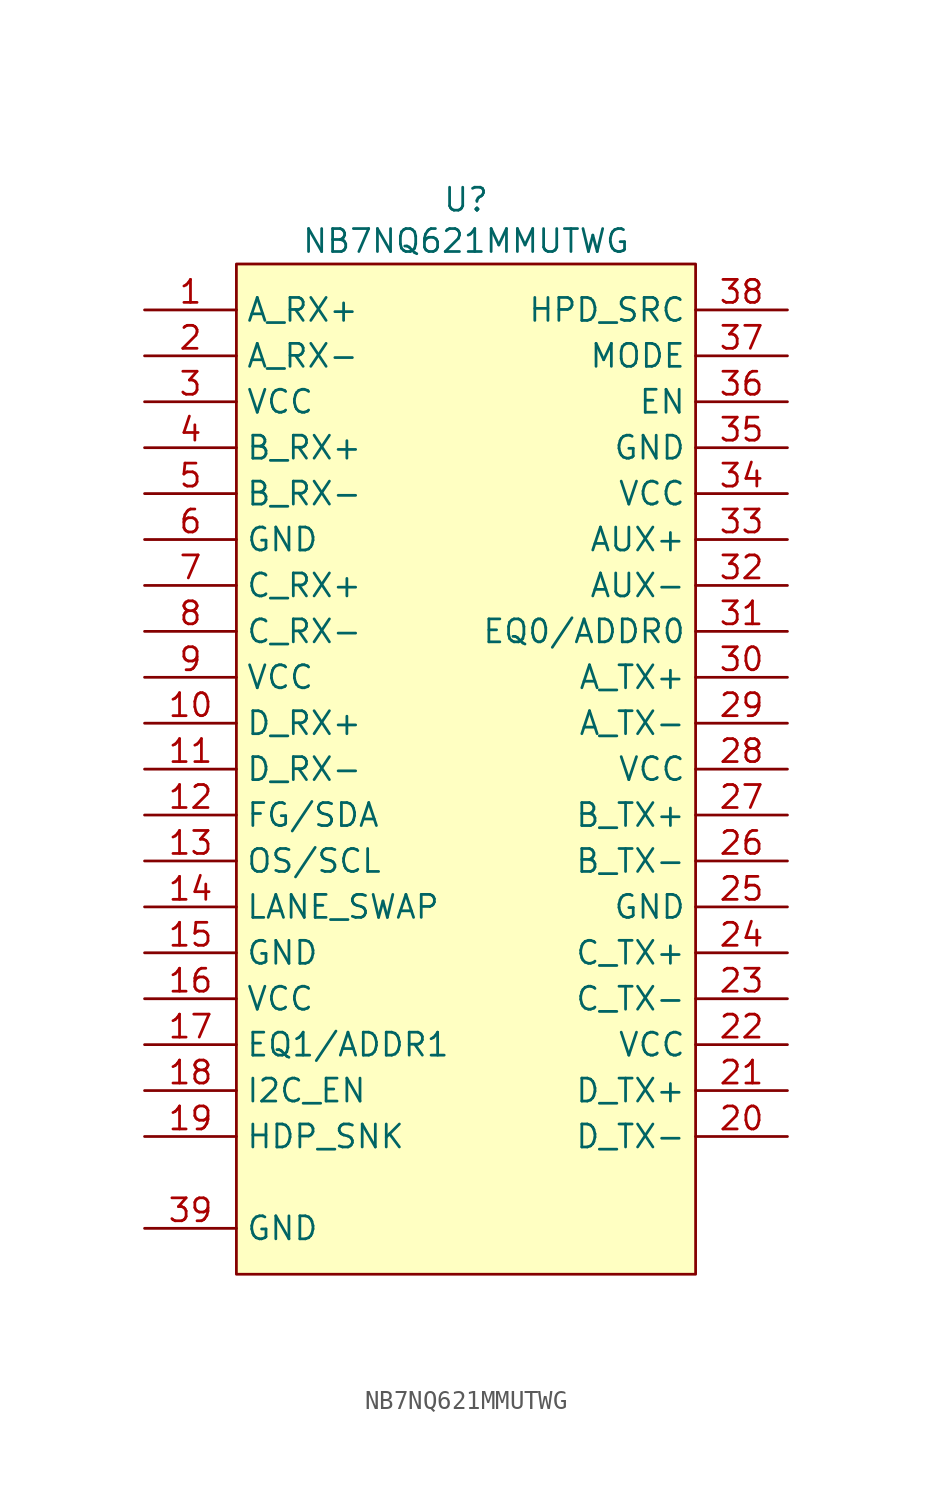
<source format=kicad_sym>
(kicad_symbol_lib
  (version 20231120)
  (generator "kicad_symbol_editor")
  (generator_version "8.0")
  (symbol "NB7NQ621MMUTWG"
    (property "Reference" "U"
      (at 0 31.496 0)
      (effects (font (size 1.27 1.27))))
    (property "Value" "NB7NQ621MMUTWG"
      (at 0 29.21 0)
      (effects (font (size 1.27 1.27))))
    (symbol "NB7NQ621MMUTWG_0_0"
      (pin input line (at -17.78 25.4 0) (length 5.08) (name "A_RX+" (effects (font (size 1.27 1.27)))) (number "1" (effects (font (size 1.27 1.27)))))
      (pin input line (at -17.78 2.54 0) (length 5.08) (name "D_RX+" (effects (font (size 1.27 1.27)))) (number "10" (effects (font (size 1.27 1.27)))))
      (pin input line (at -17.78 0 0) (length 5.08) (name "D_RX-" (effects (font (size 1.27 1.27)))) (number "11" (effects (font (size 1.27 1.27)))))
      (pin input line (at -17.78 -2.54 0) (length 5.08) (name "FG/SDA" (effects (font (size 1.27 1.27)))) (number "12" (effects (font (size 1.27 1.27)))))
      (pin input line (at -17.78 -5.08 0) (length 5.08) (name "OS/SCL" (effects (font (size 1.27 1.27)))) (number "13" (effects (font (size 1.27 1.27)))))
      (pin input line (at -17.78 -7.62 0) (length 5.08) (name "LANE_SWAP" (effects (font (size 1.27 1.27)))) (number "14" (effects (font (size 1.27 1.27)))))
      (pin power_in line (at -17.78 -10.16 0) (length 5.08) (name "GND" (effects (font (size 1.27 1.27)))) (number "15" (effects (font (size 1.27 1.27)))))
      (pin power_in line (at -17.78 -12.7 0) (length 5.08) (name "VCC" (effects (font (size 1.27 1.27)))) (number "16" (effects (font (size 1.27 1.27)))))
      (pin input line (at -17.78 -15.24 0) (length 5.08) (name "EQ1/ADDR1" (effects (font (size 1.27 1.27)))) (number "17" (effects (font (size 1.27 1.27)))))
      (pin input line (at -17.78 -17.78 0) (length 5.08) (name "I2C_EN" (effects (font (size 1.27 1.27)))) (number "18" (effects (font (size 1.27 1.27)))))
      (pin input line (at -17.78 -20.32 0) (length 5.08) (name "HDP_SNK" (effects (font (size 1.27 1.27)))) (number "19" (effects (font (size 1.27 1.27)))))
      (pin input line (at -17.78 22.86 0) (length 5.08) (name "A_RX-" (effects (font (size 1.27 1.27)))) (number "2" (effects (font (size 1.27 1.27)))))
      (pin output line (at 17.78 -20.32 180) (length 5.08) (name "D_TX-" (effects (font (size 1.27 1.27)))) (number "20" (effects (font (size 1.27 1.27)))))
      (pin output line (at 17.78 -17.78 180) (length 5.08) (name "D_TX+" (effects (font (size 1.27 1.27)))) (number "21" (effects (font (size 1.27 1.27)))))
      (pin power_in line (at 17.78 -15.24 180) (length 5.08) (name "VCC" (effects (font (size 1.27 1.27)))) (number "22" (effects (font (size 1.27 1.27)))))
      (pin output line (at 17.78 -12.7 180) (length 5.08) (name "C_TX-" (effects (font (size 1.27 1.27)))) (number "23" (effects (font (size 1.27 1.27)))))
      (pin output line (at 17.78 -10.16 180) (length 5.08) (name "C_TX+" (effects (font (size 1.27 1.27)))) (number "24" (effects (font (size 1.27 1.27)))))
      (pin power_in line (at 17.78 -7.62 180) (length 5.08) (name "GND" (effects (font (size 1.27 1.27)))) (number "25" (effects (font (size 1.27 1.27)))))
      (pin output line (at 17.78 -5.08 180) (length 5.08) (name "B_TX-" (effects (font (size 1.27 1.27)))) (number "26" (effects (font (size 1.27 1.27)))))
      (pin output line (at 17.78 -2.54 180) (length 5.08) (name "B_TX+" (effects (font (size 1.27 1.27)))) (number "27" (effects (font (size 1.27 1.27)))))
      (pin input line (at 17.78 0 180) (length 5.08) (name "VCC" (effects (font (size 1.27 1.27)))) (number "28" (effects (font (size 1.27 1.27)))))
      (pin output line (at 17.78 2.54 180) (length 5.08) (name "A_TX-" (effects (font (size 1.27 1.27)))) (number "29" (effects (font (size 1.27 1.27)))))
      (pin power_in line (at -17.78 20.32 0) (length 5.08) (name "VCC" (effects (font (size 1.27 1.27)))) (number "3" (effects (font (size 1.27 1.27)))))
      (pin output line (at 17.78 5.08 180) (length 5.08) (name "A_TX+" (effects (font (size 1.27 1.27)))) (number "30" (effects (font (size 1.27 1.27)))))
      (pin input line (at 17.78 7.62 180) (length 5.08) (name "EQ0/ADDR0" (effects (font (size 1.27 1.27)))) (number "31" (effects (font (size 1.27 1.27)))))
      (pin input line (at 17.78 10.16 180) (length 5.08) (name "AUX-" (effects (font (size 1.27 1.27)))) (number "32" (effects (font (size 1.27 1.27)))))
      (pin input line (at 17.78 12.7 180) (length 5.08) (name "AUX+" (effects (font (size 1.27 1.27)))) (number "33" (effects (font (size 1.27 1.27)))))
      (pin power_in line (at 17.78 15.24 180) (length 5.08) (name "VCC" (effects (font (size 1.27 1.27)))) (number "34" (effects (font (size 1.27 1.27)))))
      (pin power_in line (at 17.78 17.78 180) (length 5.08) (name "GND" (effects (font (size 1.27 1.27)))) (number "35" (effects (font (size 1.27 1.27)))))
      (pin input line (at 17.78 20.32 180) (length 5.08) (name "EN" (effects (font (size 1.27 1.27)))) (number "36" (effects (font (size 1.27 1.27)))))
      (pin input line (at 17.78 22.86 180) (length 5.08) (name "MODE" (effects (font (size 1.27 1.27)))) (number "37" (effects (font (size 1.27 1.27)))))
      (pin output line (at 17.78 25.4 180) (length 5.08) (name "HPD_SRC" (effects (font (size 1.27 1.27)))) (number "38" (effects (font (size 1.27 1.27)))))
      (pin power_in line (at -17.78 -25.4 0) (length 5.08) (name "GND" (effects (font (size 1.27 1.27)))) (number "39" (effects (font (size 1.27 1.27)))))
      (pin input line (at -17.78 17.78 0) (length 5.08) (name "B_RX+" (effects (font (size 1.27 1.27)))) (number "4" (effects (font (size 1.27 1.27)))))
      (pin input line (at -17.78 15.24 0) (length 5.08) (name "B_RX-" (effects (font (size 1.27 1.27)))) (number "5" (effects (font (size 1.27 1.27)))))
      (pin power_in line (at -17.78 12.7 0) (length 5.08) (name "GND" (effects (font (size 1.27 1.27)))) (number "6" (effects (font (size 1.27 1.27)))))
      (pin input line (at -17.78 10.16 0) (length 5.08) (name "C_RX+" (effects (font (size 1.27 1.27)))) (number "7" (effects (font (size 1.27 1.27)))))
      (pin input line (at -17.78 7.62 0) (length 5.08) (name "C_RX-" (effects (font (size 1.27 1.27)))) (number "8" (effects (font (size 1.27 1.27)))))
      (pin power_in line (at -17.78 5.08 0) (length 5.08) (name "VCC" (effects (font (size 1.27 1.27)))) (number "9" (effects (font (size 1.27 1.27))))))
    (symbol "NB7NQ621MMUTWG_1_1"
      (rectangle (start -12.7 27.94) (end 12.7 -27.94) (stroke (width 0) (type default)) (fill (type background))))))
</source>
